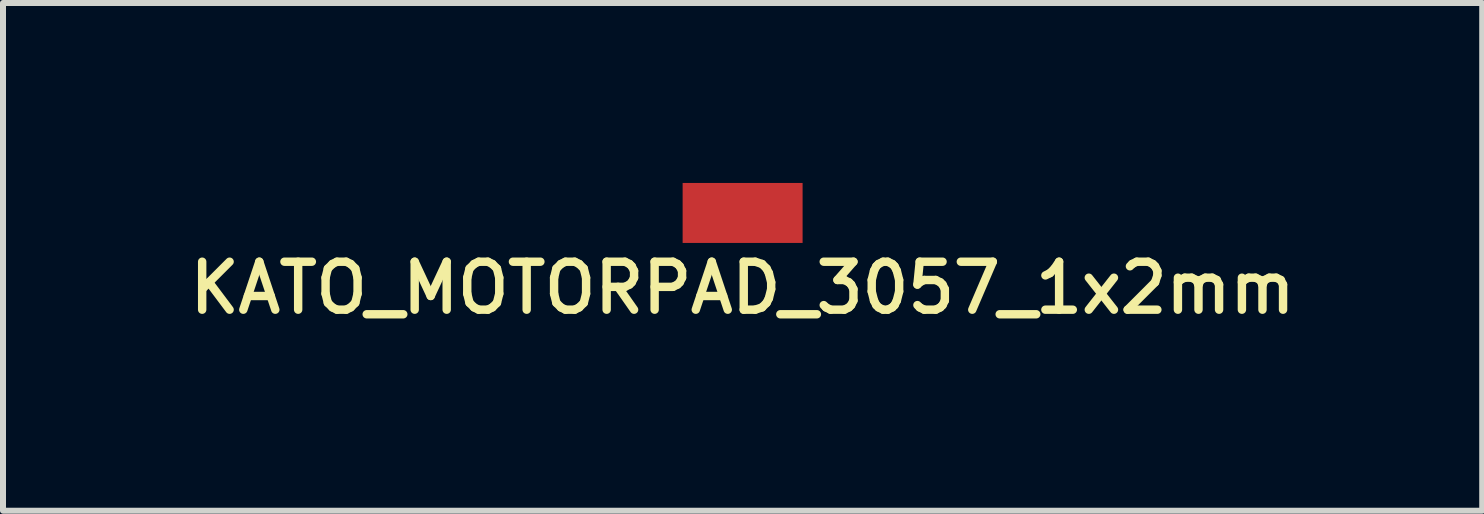
<source format=kicad_pcb>
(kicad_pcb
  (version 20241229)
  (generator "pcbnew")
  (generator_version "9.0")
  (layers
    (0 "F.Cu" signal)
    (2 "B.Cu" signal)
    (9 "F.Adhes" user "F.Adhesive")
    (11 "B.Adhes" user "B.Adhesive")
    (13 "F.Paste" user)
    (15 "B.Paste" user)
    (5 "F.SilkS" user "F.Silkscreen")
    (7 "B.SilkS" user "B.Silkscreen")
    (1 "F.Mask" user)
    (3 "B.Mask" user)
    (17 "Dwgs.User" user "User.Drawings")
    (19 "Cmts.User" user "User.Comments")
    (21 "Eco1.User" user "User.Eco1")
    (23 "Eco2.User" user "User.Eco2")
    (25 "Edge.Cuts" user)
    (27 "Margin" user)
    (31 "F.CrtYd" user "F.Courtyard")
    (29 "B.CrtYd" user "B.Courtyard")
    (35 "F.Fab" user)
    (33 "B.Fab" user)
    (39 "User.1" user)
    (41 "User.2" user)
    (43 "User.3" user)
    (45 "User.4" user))
  (footprint "KATO_MOTORPAD_3057_1x2mm"
    (layer "F.Cu")
    (at 9.33 0.5)
    (property "Reference" "KATO_MOTORPAD_3057_1x2mm" (at 0 1.25 0) (layer "F.SilkS") (effects (font (size 0.8 0.8) (thickness 0.14))))
    (attr through_hole)
    (pad "1" smd rect (at 0 0) (size 2 1) (layers "F.Cu" "F.Mask" "F.Paste")))
  (gr_rect
    (start -3 -3)
    (end 21.66 5.464)
    (stroke (width 0.1) (type default))
    (fill no)
    (layer "Edge.Cuts")))
</source>
